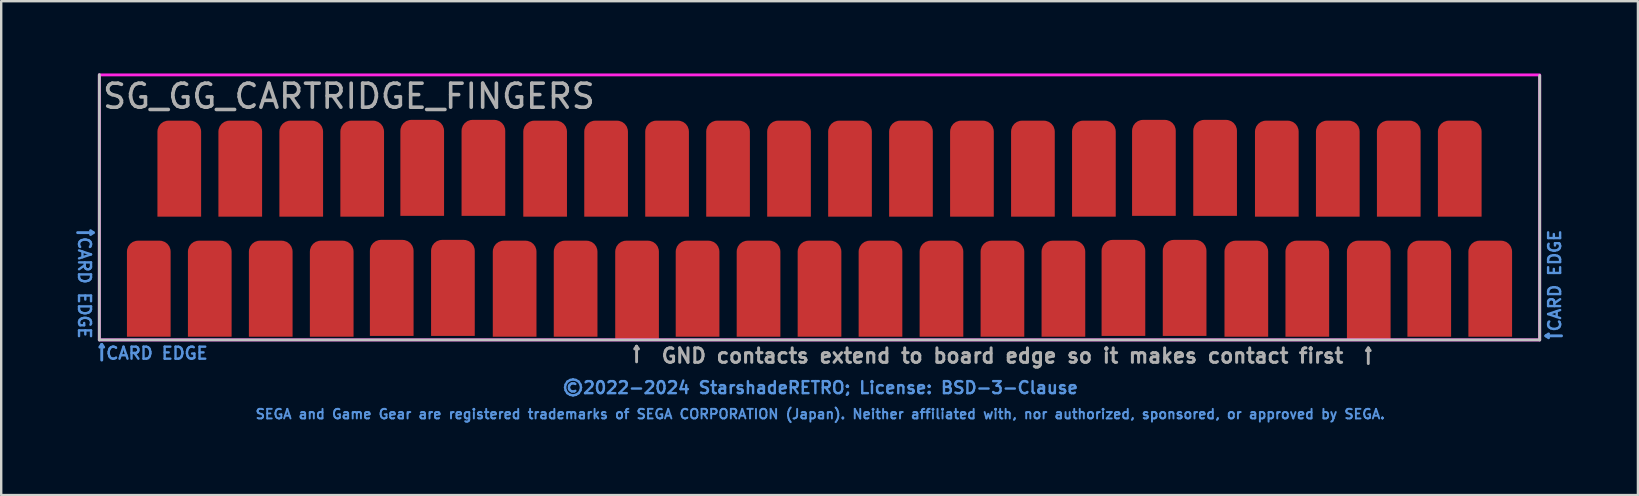
<source format=kicad_pcb>
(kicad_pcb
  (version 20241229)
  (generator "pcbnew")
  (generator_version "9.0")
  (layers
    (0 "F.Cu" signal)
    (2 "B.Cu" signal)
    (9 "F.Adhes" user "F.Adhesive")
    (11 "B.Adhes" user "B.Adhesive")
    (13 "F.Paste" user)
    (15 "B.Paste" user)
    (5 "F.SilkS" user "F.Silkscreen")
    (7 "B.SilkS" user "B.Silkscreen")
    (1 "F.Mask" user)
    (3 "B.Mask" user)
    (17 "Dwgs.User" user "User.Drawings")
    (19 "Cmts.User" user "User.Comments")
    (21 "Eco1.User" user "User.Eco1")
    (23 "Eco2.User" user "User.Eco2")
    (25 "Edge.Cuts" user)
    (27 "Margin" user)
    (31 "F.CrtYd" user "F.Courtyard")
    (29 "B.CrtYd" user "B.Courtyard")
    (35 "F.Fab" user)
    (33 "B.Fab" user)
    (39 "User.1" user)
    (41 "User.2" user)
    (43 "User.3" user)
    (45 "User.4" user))
  (footprint "SG_GG_CARTRIDGE_FINGERS"
    (layer "F.Cu")
    (at 31.118 6.496)
    (property "Reference" "SG_GG_CARTRIDGE_FINGERS" (at -29.97 -5.536 0) (unlocked yes) (layer "F.Fab") (effects (font (size 1 1) (thickness 0.15)) (justify left)))
    (attr exclude_from_pos_files exclude_from_bom)
    (fp_line (start -30.03 -6.436) (end -30.03 4.614) (stroke (width 0.12) (type solid)) (layer "Dwgs.User"))
    (fp_line (start -30.03 4.614) (end 29.97 4.614) (stroke (width 0.12) (type solid)) (layer "Dwgs.User"))
    (fp_line (start 29.97 4.614) (end 29.97 -6.4) (stroke (width 0.12) (type solid)) (layer "Dwgs.User"))
    (fp_line (start -30.935 0.144) (end -30.285 0.144) (stroke (width 0.12) (type solid)) (layer "Cmts.User"))
    (fp_line (start -30.285 0.144) (end -30.395 0.064) (stroke (width 0.12) (type solid)) (layer "Cmts.User"))
    (fp_line (start -30.285 0.144) (end -30.395 0.224) (stroke (width 0.12) (type solid)) (layer "Cmts.User"))
    (fp_line (start -29.93 4.804) (end -30.01 4.914) (stroke (width 0.12) (type solid)) (layer "Cmts.User"))
    (fp_line (start -29.93 4.804) (end -29.85 4.914) (stroke (width 0.12) (type solid)) (layer "Cmts.User"))
    (fp_line (start -29.93 5.454) (end -29.93 4.804) (stroke (width 0.12) (type solid)) (layer "Cmts.User"))
    (fp_line (start 30.23 4.444) (end 30.34 4.364) (stroke (width 0.12) (type solid)) (layer "Cmts.User"))
    (fp_line (start 30.23 4.444) (end 30.34 4.524) (stroke (width 0.12) (type solid)) (layer "Cmts.User"))
    (fp_line (start 30.88 4.444) (end 30.23 4.444) (stroke (width 0.12) (type solid)) (layer "Cmts.User"))
    (fp_rect (start -30.03 4.614) (end 29.97 -6.426) (stroke (width 0.12) (type solid)) (fill no) (layer "F.CrtYd"))
    (fp_line (start -7.65 4.878) (end -7.73 4.988) (stroke (width 0.12) (type solid)) (layer "F.Fab"))
    (fp_line (start -7.65 4.878) (end -7.57 4.988) (stroke (width 0.12) (type solid)) (layer "F.Fab"))
    (fp_line (start -7.65 5.528) (end -7.65 4.878) (stroke (width 0.12) (type solid)) (layer "F.Fab"))
    (fp_line (start 22.83 4.949) (end 22.75 5.059) (stroke (width 0.12) (type solid)) (layer "F.Fab"))
    (fp_line (start 22.83 4.949) (end 22.91 5.059) (stroke (width 0.12) (type solid)) (layer "F.Fab"))
    (fp_line (start 22.83 5.599) (end 22.83 4.949) (stroke (width 0.12) (type solid)) (layer "F.Fab"))
    (fp_text user "CARD EDGE" (at 30.595 2.144 90) (unlocked yes) (layer "Cmts.User") (effects (font (size 0.5 0.5) (thickness 0.1))))
    (fp_text user "CARD EDGE" (at -27.63 5.169 0) (unlocked yes) (layer "Cmts.User") (effects (font (size 0.5 0.5) (thickness 0.1))))
    (fp_text user "SEGA and Game Gear are registered trademarks of SEGA CORPORATION (Japan). Neither affiliated with, nor authorized, sponsored, or approved by SEGA." (at 0 7.704 0) (layer "Cmts.User") (effects (font (size 0.4 0.4) (thickness 0.08))))
    (fp_text user "CARD EDGE" (at -30.65 2.444 270) (unlocked yes) (layer "Cmts.User") (effects (font (size 0.5 0.5) (thickness 0.1))))
    (fp_text user "©2022-2024 StarshadeRETRO; License: BSD-3-Clause" (at 0 6.604 0) (layer "Cmts.User") (effects (font (size 0.5 0.5) (thickness 0.1))))
    (fp_text user "GND contacts extend to board edge so it makes contact first" (at 7.59 5.274 0) (unlocked yes) (layer "F.Fab") (effects (font (size 0.6 0.6) (thickness 0.125))))
    (pad "1" connect roundrect (at -27.97 2.48) (size 1.82 4) (layers "F.Cu" "F.Mask") (roundrect_rratio 0.25) (chamfer_ratio 0) (chamfer bottom_left bottom_right))
    (pad "2" connect roundrect (at -26.7 -2.52) (size 1.82 4) (layers "F.Cu" "F.Mask") (roundrect_rratio 0.25) (chamfer_ratio 0) (chamfer bottom_left bottom_right))
    (pad "3" connect roundrect (at -25.43 2.48) (size 1.82 4) (layers "F.Cu" "F.Mask") (roundrect_rratio 0.25) (chamfer_ratio 0) (chamfer bottom_left bottom_right))
    (pad "4" connect roundrect (at -24.16 -2.52) (size 1.82 4) (layers "F.Cu" "F.Mask") (roundrect_rratio 0.25) (chamfer_ratio 0) (chamfer bottom_left bottom_right))
    (pad "5" connect roundrect (at -22.89 2.48) (size 1.82 4) (layers "F.Cu" "F.Mask") (roundrect_rratio 0.25) (chamfer_ratio 0) (chamfer bottom_left bottom_right))
    (pad "6" connect roundrect (at -21.62 -2.52) (size 1.82 4) (layers "F.Cu" "F.Mask") (roundrect_rratio 0.25) (chamfer_ratio 0) (chamfer bottom_left bottom_right))
    (pad "7" connect roundrect (at -20.35 2.48) (size 1.82 4) (layers "F.Cu" "F.Mask") (roundrect_rratio 0.25) (chamfer_ratio 0) (chamfer bottom_left bottom_right))
    (pad "8" connect roundrect (at -19.08 -2.52) (size 1.82 4) (layers "F.Cu" "F.Mask") (roundrect_rratio 0.25) (chamfer_ratio 0) (chamfer bottom_left bottom_right))
    (pad "9" connect roundrect (at -17.85 2.447) (size 1.82 4) (layers "F.Cu" "F.Mask") (roundrect_rratio 0.25) (chamfer_ratio 0) (chamfer bottom_left bottom_right))
    (pad "10" connect roundrect (at -16.58 -2.553) (size 1.82 4) (layers "F.Cu" "F.Mask") (roundrect_rratio 0.25) (chamfer_ratio 0) (chamfer bottom_left bottom_right))
    (pad "11" connect roundrect (at -15.301 2.447) (size 1.82 4) (layers "F.Cu" "F.Mask") (roundrect_rratio 0.25) (chamfer_ratio 0) (chamfer bottom_left bottom_right))
    (pad "12" connect roundrect (at -14.031 -2.553) (size 1.82 4) (layers "F.Cu" "F.Mask") (roundrect_rratio 0.25) (chamfer_ratio 0) (chamfer bottom_left bottom_right))
    (pad "13" connect roundrect (at -12.73 2.48) (size 1.82 4) (layers "F.Cu" "F.Mask") (roundrect_rratio 0.25) (chamfer_ratio 0) (chamfer bottom_left bottom_right))
    (pad "14" connect roundrect (at -11.46 -2.52) (size 1.82 4) (layers "F.Cu" "F.Mask") (roundrect_rratio 0.25) (chamfer_ratio 0) (chamfer bottom_left bottom_right))
    (pad "15" connect roundrect (at -10.19 2.48) (size 1.82 4) (layers "F.Cu" "F.Mask") (roundrect_rratio 0.25) (chamfer_ratio 0) (chamfer bottom_left bottom_right))
    (pad "16" connect roundrect (at -8.92 -2.52) (size 1.82 4) (layers "F.Cu" "F.Mask") (roundrect_rratio 0.25) (chamfer_ratio 0) (chamfer bottom_left bottom_right))
    (pad "17" connect roundrect (at -7.63 2.545) (size 1.82 4.13) (layers "F.Cu" "F.Mask") (roundrect_rratio 0.25) (chamfer_ratio 0) (chamfer bottom_left bottom_right))
    (pad "18" connect roundrect (at -6.38 -2.52) (size 1.82 4) (layers "F.Cu" "F.Mask") (roundrect_rratio 0.25) (chamfer_ratio 0) (chamfer bottom_left bottom_right))
    (pad "19" connect roundrect (at -5.11 2.48) (size 1.82 4) (layers "F.Cu" "F.Mask") (roundrect_rratio 0.25) (chamfer_ratio 0) (chamfer bottom_left bottom_right))
    (pad "20" connect roundrect (at -3.84 -2.52) (size 1.82 4) (layers "F.Cu" "F.Mask") (roundrect_rratio 0.25) (chamfer_ratio 0) (chamfer bottom_left bottom_right))
    (pad "21" connect roundrect (at -2.57 2.48) (size 1.82 4) (layers "F.Cu" "F.Mask") (roundrect_rratio 0.25) (chamfer_ratio 0) (chamfer bottom_left bottom_right))
    (pad "22" connect roundrect (at -1.3 -2.52) (size 1.82 4) (layers "F.Cu" "F.Mask") (roundrect_rratio 0.25) (chamfer_ratio 0) (chamfer bottom_left bottom_right))
    (pad "23" connect roundrect (at -0.03 2.48) (size 1.82 4) (layers "F.Cu" "F.Mask") (roundrect_rratio 0.25) (chamfer_ratio 0) (chamfer bottom_left bottom_right))
    (pad "24" connect roundrect (at 1.24 -2.52) (size 1.82 4) (layers "F.Cu" "F.Mask") (roundrect_rratio 0.25) (chamfer_ratio 0) (chamfer bottom_left bottom_right))
    (pad "25" connect roundrect (at 2.51 2.48) (size 1.82 4) (layers "F.Cu" "F.Mask") (roundrect_rratio 0.25) (chamfer_ratio 0) (chamfer bottom_left bottom_right))
    (pad "26" connect roundrect (at 3.78 -2.52) (size 1.82 4) (layers "F.Cu" "F.Mask") (roundrect_rratio 0.25) (chamfer_ratio 0) (chamfer bottom_left bottom_right))
    (pad "27" connect roundrect (at 5.05 2.48) (size 1.82 4) (layers "F.Cu" "F.Mask") (roundrect_rratio 0.25) (chamfer_ratio 0) (chamfer bottom_left bottom_right))
    (pad "28" connect roundrect (at 6.32 -2.52) (size 1.82 4) (layers "F.Cu" "F.Mask") (roundrect_rratio 0.25) (chamfer_ratio 0) (chamfer bottom_left bottom_right))
    (pad "29" connect roundrect (at 7.59 2.48) (size 1.82 4) (layers "F.Cu" "F.Mask") (roundrect_rratio 0.25) (chamfer_ratio 0) (chamfer bottom_left bottom_right))
    (pad "30" connect roundrect (at 8.86 -2.52) (size 1.82 4) (layers "F.Cu" "F.Mask") (roundrect_rratio 0.25) (chamfer_ratio 0) (chamfer bottom_left bottom_right))
    (pad "31" connect roundrect (at 10.13 2.48) (size 1.82 4) (layers "F.Cu" "F.Mask") (roundrect_rratio 0.25) (chamfer_ratio 0) (chamfer bottom_left bottom_right))
    (pad "32" connect roundrect (at 11.4 -2.52) (size 1.82 4) (layers "F.Cu" "F.Mask") (roundrect_rratio 0.25) (chamfer_ratio 0) (chamfer bottom_left bottom_right))
    (pad "33" connect roundrect (at 12.63 2.447) (size 1.82 4) (layers "F.Cu" "F.Mask") (roundrect_rratio 0.25) (chamfer_ratio 0) (chamfer bottom_left bottom_right))
    (pad "34" connect roundrect (at 13.9 -2.553) (size 1.82 4) (layers "F.Cu" "F.Mask") (roundrect_rratio 0.25) (chamfer_ratio 0) (chamfer bottom_left bottom_right))
    (pad "35" connect roundrect (at 15.179 2.447) (size 1.82 4) (layers "F.Cu" "F.Mask") (roundrect_rratio 0.25) (chamfer_ratio 0) (chamfer bottom_left bottom_right))
    (pad "36" connect roundrect (at 16.449 -2.553) (size 1.82 4) (layers "F.Cu" "F.Mask") (roundrect_rratio 0.25) (chamfer_ratio 0) (chamfer bottom_left bottom_right))
    (pad "37" connect roundrect (at 17.75 2.48) (size 1.82 4) (layers "F.Cu" "F.Mask") (roundrect_rratio 0.25) (chamfer_ratio 0) (chamfer bottom_left bottom_right))
    (pad "38" connect roundrect (at 19.02 -2.52) (size 1.82 4) (layers "F.Cu" "F.Mask") (roundrect_rratio 0.25) (chamfer_ratio 0) (chamfer bottom_left bottom_right))
    (pad "39" connect roundrect (at 20.29 2.48) (size 1.82 4) (layers "F.Cu" "F.Mask") (roundrect_rratio 0.25) (chamfer_ratio 0) (chamfer bottom_left bottom_right))
    (pad "40" connect roundrect (at 21.56 -2.52) (size 1.82 4) (layers "F.Cu" "F.Mask") (roundrect_rratio 0.25) (chamfer_ratio 0) (chamfer bottom_left bottom_right))
    (pad "41" connect roundrect (at 22.85 2.545) (size 1.82 4.13) (layers "F.Cu" "F.Mask") (roundrect_rratio 0.25) (chamfer_ratio 0) (chamfer bottom_left bottom_right))
    (pad "42" connect roundrect (at 24.1 -2.52) (size 1.82 4) (layers "F.Cu" "F.Mask") (roundrect_rratio 0.25) (chamfer_ratio 0) (chamfer bottom_left bottom_right))
    (pad "43" connect roundrect (at 25.37 2.48) (size 1.82 4) (layers "F.Cu" "F.Mask") (roundrect_rratio 0.25) (chamfer_ratio 0) (chamfer bottom_left bottom_right))
    (pad "44" connect roundrect (at 26.64 -2.52) (size 1.82 4) (layers "F.Cu" "F.Mask") (roundrect_rratio 0.25) (chamfer_ratio 0) (chamfer bottom_left bottom_right))
    (pad "45" connect roundrect (at 27.91 2.48) (size 1.82 4) (layers "F.Cu" "F.Mask") (roundrect_rratio 0.25) (chamfer_ratio 0) (chamfer bottom_left bottom_right)))
  (gr_rect
    (start -3 -3)
    (end 65.181 17.574)
    (stroke (width 0.1) (type default))
    (fill no)
    (layer "Edge.Cuts")))
</source>
